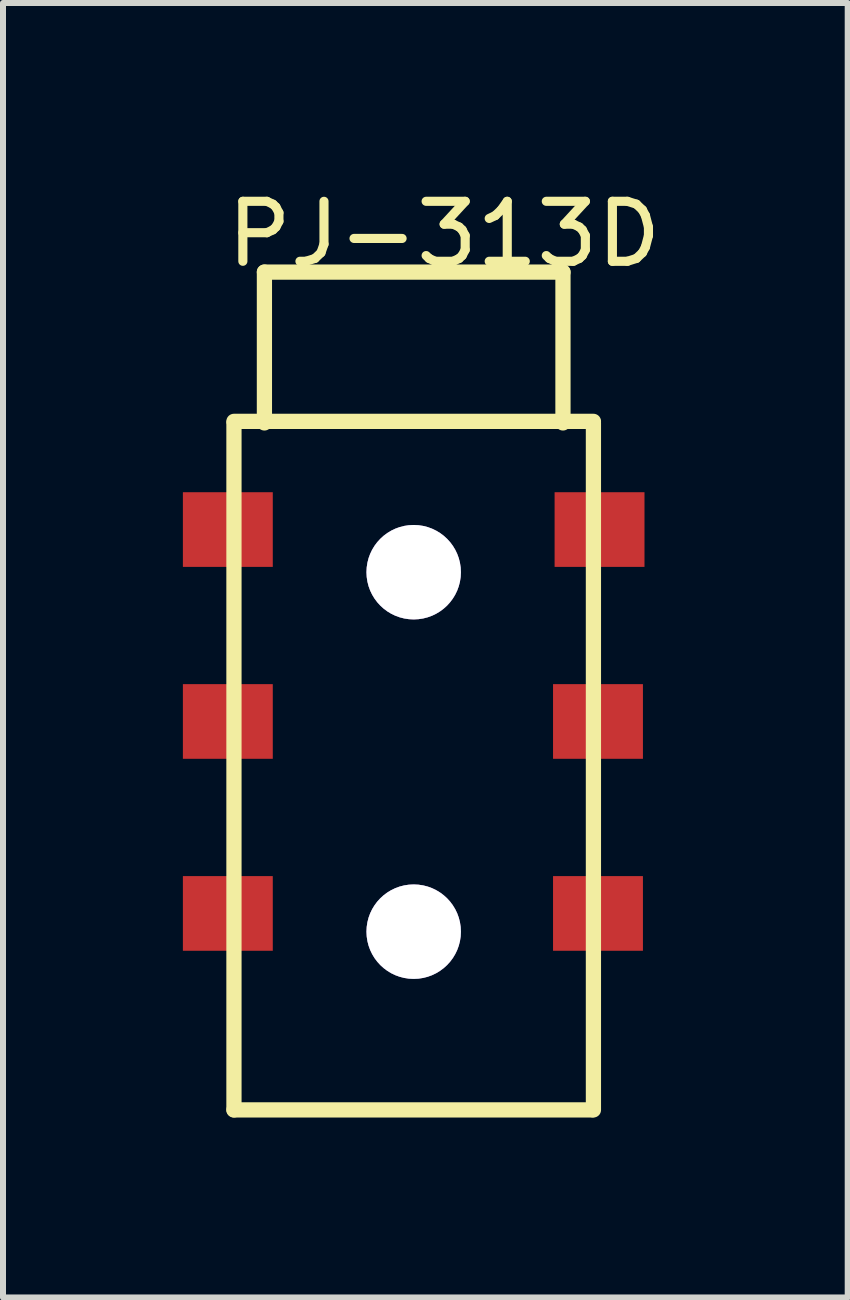
<source format=kicad_pcb>
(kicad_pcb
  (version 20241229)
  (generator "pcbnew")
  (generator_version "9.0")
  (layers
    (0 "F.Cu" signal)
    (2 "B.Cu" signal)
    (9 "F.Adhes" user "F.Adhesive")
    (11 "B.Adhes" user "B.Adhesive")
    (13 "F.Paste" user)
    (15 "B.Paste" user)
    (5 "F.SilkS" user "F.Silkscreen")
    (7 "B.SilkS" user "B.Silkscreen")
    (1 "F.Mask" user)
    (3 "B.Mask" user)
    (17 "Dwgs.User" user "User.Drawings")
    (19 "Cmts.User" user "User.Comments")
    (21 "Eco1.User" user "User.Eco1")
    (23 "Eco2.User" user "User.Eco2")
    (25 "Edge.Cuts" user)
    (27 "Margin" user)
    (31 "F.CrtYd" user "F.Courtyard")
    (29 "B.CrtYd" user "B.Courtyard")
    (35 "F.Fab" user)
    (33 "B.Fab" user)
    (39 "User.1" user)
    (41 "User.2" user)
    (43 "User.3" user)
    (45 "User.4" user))
  (footprint "PJ-313D"
    (layer "F.Cu")
    (at 3.848 7.38)
    (property "Reference" "PJ-313D" (at 0.508 -6.528 0) (unlocked yes) (layer "F.SilkS") (effects (font (size 1 1.052) (thickness 0.152))))
    (attr smd)
    (fp_line (start -2.997 -3.404) (end 2.997 -3.404) (stroke (width 0.254) (type solid)) (layer "F.SilkS"))
    (fp_line (start -2.997 8.077) (end -2.997 -3.378) (stroke (width 0.254) (type solid)) (layer "F.SilkS"))
    (fp_line (start -2.997 8.077) (end 2.972 8.077) (stroke (width 0.254) (type solid)) (layer "F.SilkS"))
    (fp_line (start -2.489 -5.893) (end 2.489 -5.893) (stroke (width 0.254) (type solid)) (layer "F.SilkS"))
    (fp_line (start -2.489 -3.378) (end -2.489 -5.893) (stroke (width 0.254) (type solid)) (layer "F.SilkS"))
    (fp_line (start 2.489 -3.378) (end 2.489 -5.893) (stroke (width 0.254) (type solid)) (layer "F.SilkS"))
    (fp_line (start 2.997 8.077) (end 2.997 -3.378) (stroke (width 0.254) (type solid)) (layer "F.SilkS"))
    (pad "1" smd rect (at 3.099 -1.6) (size 1.499 1.245) (layers "F.Cu" "F.Mask" "F.Paste"))
    (pad "1_1" smd rect (at -3.099 -1.6) (size 1.499 1.245) (layers "F.Cu" "F.Mask" "F.Paste"))
    (pad "2" smd rect (at 3.073 4.801) (size 1.499 1.245) (layers "F.Cu" "F.Mask" "F.Paste"))
    (pad "2_1" smd rect (at -3.099 4.801) (size 1.499 1.245) (layers "F.Cu" "F.Mask" "F.Paste"))
    (pad "3" smd rect (at 3.073 1.6) (size 1.499 1.245) (layers "F.Cu" "F.Mask" "F.Paste"))
    (pad "3_1" smd rect (at -3.099 1.6) (size 1.499 1.245) (layers "F.Cu" "F.Mask" "F.Paste"))
    (pad "A8" thru_hole circle (at 0 -0.889) (size 1.575 1.575) (drill 1.575) (layers "*.Cu" "*.Mask"))
    (pad "_1" thru_hole circle (at 0 5.105) (size 1.575 1.575) (drill 1.575) (layers "*.Cu" "*.Mask")))
  (gr_rect
    (start -3 -3)
    (end 11.085 18.584)
    (stroke (width 0.1) (type default))
    (fill no)
    (layer "Edge.Cuts")))
</source>
